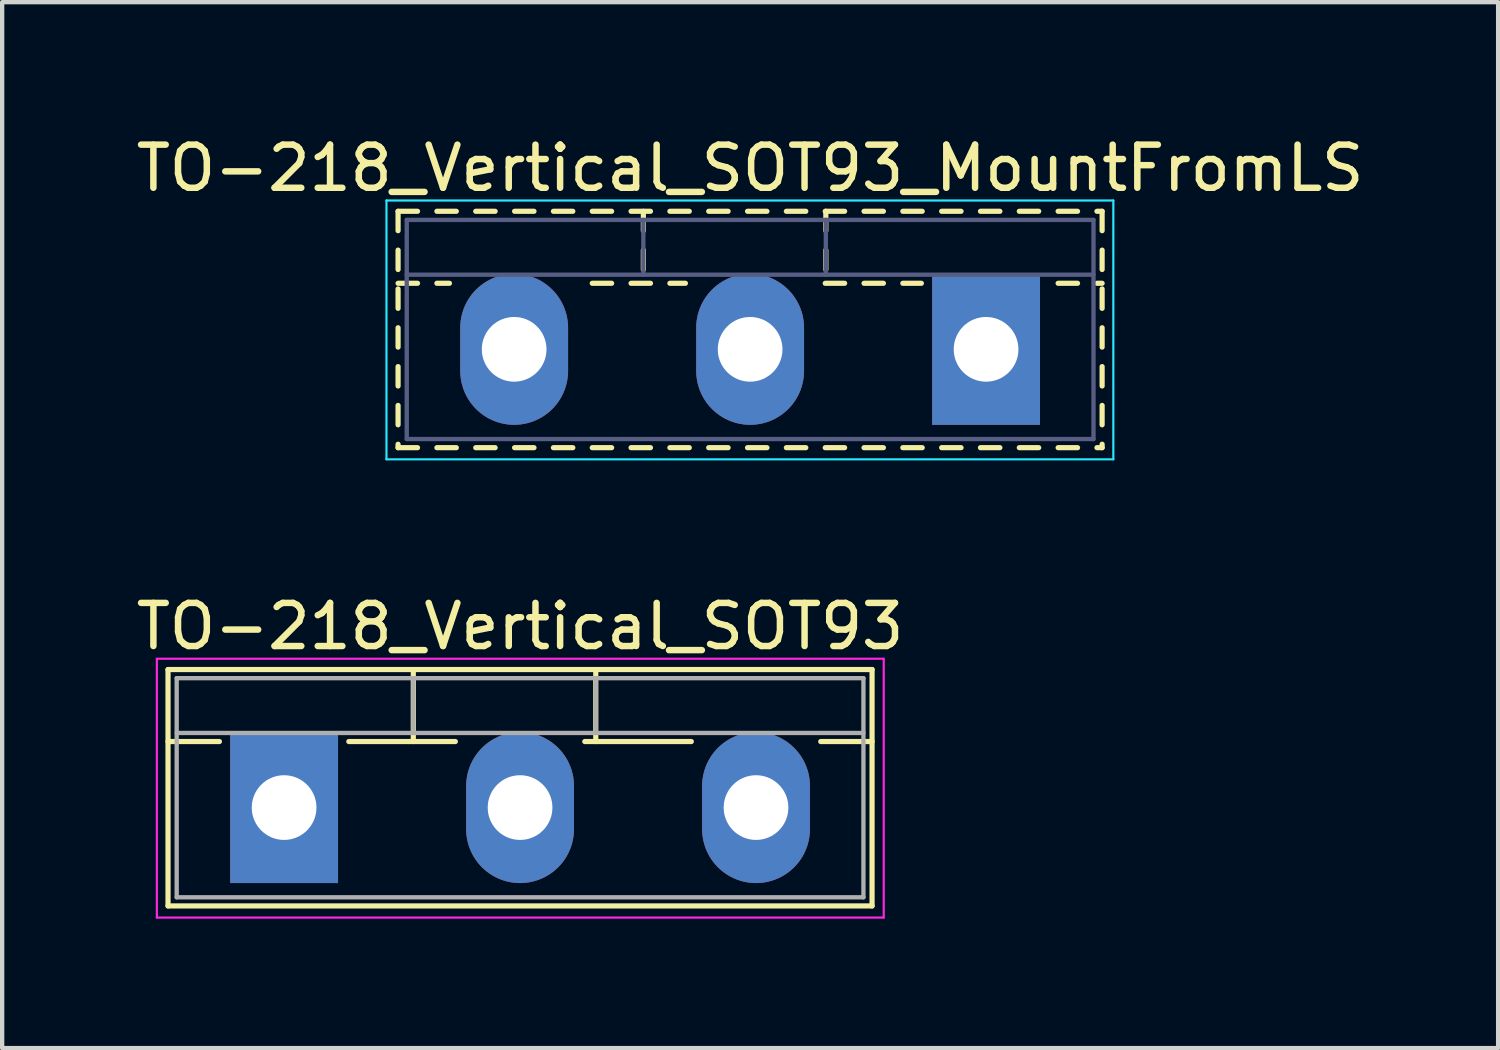
<source format=kicad_pcb>
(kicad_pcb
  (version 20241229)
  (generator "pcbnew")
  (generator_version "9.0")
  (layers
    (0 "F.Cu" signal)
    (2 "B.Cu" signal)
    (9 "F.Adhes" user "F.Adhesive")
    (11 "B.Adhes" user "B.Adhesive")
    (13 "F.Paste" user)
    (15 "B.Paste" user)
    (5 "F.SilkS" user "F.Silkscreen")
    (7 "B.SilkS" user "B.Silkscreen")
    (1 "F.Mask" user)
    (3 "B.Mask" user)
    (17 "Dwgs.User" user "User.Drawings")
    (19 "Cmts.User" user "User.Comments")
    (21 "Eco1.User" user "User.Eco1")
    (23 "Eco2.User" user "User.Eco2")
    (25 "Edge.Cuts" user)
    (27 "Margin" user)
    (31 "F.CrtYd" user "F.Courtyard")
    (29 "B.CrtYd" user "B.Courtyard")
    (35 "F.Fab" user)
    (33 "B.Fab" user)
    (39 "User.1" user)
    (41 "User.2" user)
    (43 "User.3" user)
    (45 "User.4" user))
  (footprint "TO-218_Vertical_SOT93_MountFromLS"
    (layer "F.Cu")
    (at 19.809 5.048)
    (property "Reference" "TO-218_Vertical_SOT93_MountFromLS" (at -5.47 -4.2 0) (layer "F.SilkS") (effects (font (size 1 1) (thickness 0.15))))
    (attr through_hole)
    (fp_line (start -13.631 -3.2) (end -13.631 -2.75) (stroke (width 0.12) (type solid)) (layer "F.SilkS"))
    (fp_line (start -13.631 -3.2) (end -13.18 -3.2) (stroke (width 0.12) (type solid)) (layer "F.SilkS"))
    (fp_line (start -13.631 -2.3) (end -13.631 -1.85) (stroke (width 0.12) (type solid)) (layer "F.SilkS"))
    (fp_line (start -13.631 -1.531) (end -13.18 -1.531) (stroke (width 0.12) (type solid)) (layer "F.SilkS"))
    (fp_line (start -13.631 -1.4) (end -13.631 -0.95) (stroke (width 0.12) (type solid)) (layer "F.SilkS"))
    (fp_line (start -13.631 -0.5) (end -13.631 -0.051) (stroke (width 0.12) (type solid)) (layer "F.SilkS"))
    (fp_line (start -13.631 0.4) (end -13.631 0.85) (stroke (width 0.12) (type solid)) (layer "F.SilkS"))
    (fp_line (start -13.631 1.3) (end -13.631 1.75) (stroke (width 0.12) (type solid)) (layer "F.SilkS"))
    (fp_line (start -13.631 2.2) (end -13.631 2.28) (stroke (width 0.12) (type solid)) (layer "F.SilkS"))
    (fp_line (start -13.631 2.28) (end -13.18 2.28) (stroke (width 0.12) (type solid)) (layer "F.SilkS"))
    (fp_line (start -12.731 -3.2) (end -12.281 -3.2) (stroke (width 0.12) (type solid)) (layer "F.SilkS"))
    (fp_line (start -12.731 -1.531) (end -12.44 -1.531) (stroke (width 0.12) (type solid)) (layer "F.SilkS"))
    (fp_line (start -12.731 2.28) (end -12.281 2.28) (stroke (width 0.12) (type solid)) (layer "F.SilkS"))
    (fp_line (start -11.831 -3.2) (end -11.381 -3.2) (stroke (width 0.12) (type solid)) (layer "F.SilkS"))
    (fp_line (start -11.831 2.28) (end -11.381 2.28) (stroke (width 0.12) (type solid)) (layer "F.SilkS"))
    (fp_line (start -10.93 -3.2) (end -10.48 -3.2) (stroke (width 0.12) (type solid)) (layer "F.SilkS"))
    (fp_line (start -10.93 2.28) (end -10.48 2.28) (stroke (width 0.12) (type solid)) (layer "F.SilkS"))
    (fp_line (start -10.03 -3.2) (end -9.58 -3.2) (stroke (width 0.12) (type solid)) (layer "F.SilkS"))
    (fp_line (start -10.03 2.28) (end -9.58 2.28) (stroke (width 0.12) (type solid)) (layer "F.SilkS"))
    (fp_line (start -9.13 -3.2) (end -8.68 -3.2) (stroke (width 0.12) (type solid)) (layer "F.SilkS"))
    (fp_line (start -9.13 -1.531) (end -8.68 -1.531) (stroke (width 0.12) (type solid)) (layer "F.SilkS"))
    (fp_line (start -9.13 2.28) (end -8.68 2.28) (stroke (width 0.12) (type solid)) (layer "F.SilkS"))
    (fp_line (start -8.23 -3.2) (end -7.78 -3.2) (stroke (width 0.12) (type solid)) (layer "F.SilkS"))
    (fp_line (start -8.23 -1.531) (end -7.78 -1.531) (stroke (width 0.12) (type solid)) (layer "F.SilkS"))
    (fp_line (start -8.23 2.28) (end -7.78 2.28) (stroke (width 0.12) (type solid)) (layer "F.SilkS"))
    (fp_line (start -7.945 -3.2) (end -7.945 -2.75) (stroke (width 0.12) (type solid)) (layer "F.SilkS"))
    (fp_line (start -7.945 -2.3) (end -7.945 -1.85) (stroke (width 0.12) (type solid)) (layer "F.SilkS"))
    (fp_line (start -7.33 -3.2) (end -6.88 -3.2) (stroke (width 0.12) (type solid)) (layer "F.SilkS"))
    (fp_line (start -7.33 -1.531) (end -6.97 -1.531) (stroke (width 0.12) (type solid)) (layer "F.SilkS"))
    (fp_line (start -7.33 2.28) (end -6.88 2.28) (stroke (width 0.12) (type solid)) (layer "F.SilkS"))
    (fp_line (start -6.43 -3.2) (end -5.98 -3.2) (stroke (width 0.12) (type solid)) (layer "F.SilkS"))
    (fp_line (start -6.43 2.28) (end -5.98 2.28) (stroke (width 0.12) (type solid)) (layer "F.SilkS"))
    (fp_line (start -5.53 -3.2) (end -5.08 -3.2) (stroke (width 0.12) (type solid)) (layer "F.SilkS"))
    (fp_line (start -5.53 2.28) (end -5.08 2.28) (stroke (width 0.12) (type solid)) (layer "F.SilkS"))
    (fp_line (start -4.63 -3.2) (end -4.179 -3.2) (stroke (width 0.12) (type solid)) (layer "F.SilkS"))
    (fp_line (start -4.63 2.28) (end -4.179 2.28) (stroke (width 0.12) (type solid)) (layer "F.SilkS"))
    (fp_line (start -3.729 -3.2) (end -3.279 -3.2) (stroke (width 0.12) (type solid)) (layer "F.SilkS"))
    (fp_line (start -3.729 -1.531) (end -3.279 -1.531) (stroke (width 0.12) (type solid)) (layer "F.SilkS"))
    (fp_line (start -3.729 2.28) (end -3.279 2.28) (stroke (width 0.12) (type solid)) (layer "F.SilkS"))
    (fp_line (start -3.715 -3.2) (end -3.715 -2.75) (stroke (width 0.12) (type solid)) (layer "F.SilkS"))
    (fp_line (start -3.715 -2.3) (end -3.715 -1.85) (stroke (width 0.12) (type solid)) (layer "F.SilkS"))
    (fp_line (start -2.829 -3.2) (end -2.38 -3.2) (stroke (width 0.12) (type solid)) (layer "F.SilkS"))
    (fp_line (start -2.829 -1.531) (end -2.38 -1.531) (stroke (width 0.12) (type solid)) (layer "F.SilkS"))
    (fp_line (start -2.829 2.28) (end -2.38 2.28) (stroke (width 0.12) (type solid)) (layer "F.SilkS"))
    (fp_line (start -1.93 -3.2) (end -1.48 -3.2) (stroke (width 0.12) (type solid)) (layer "F.SilkS"))
    (fp_line (start -1.93 -1.531) (end -1.5 -1.531) (stroke (width 0.12) (type solid)) (layer "F.SilkS"))
    (fp_line (start -1.93 2.28) (end -1.48 2.28) (stroke (width 0.12) (type solid)) (layer "F.SilkS"))
    (fp_line (start -1.03 -3.2) (end -0.58 -3.2) (stroke (width 0.12) (type solid)) (layer "F.SilkS"))
    (fp_line (start -1.03 2.28) (end -0.58 2.28) (stroke (width 0.12) (type solid)) (layer "F.SilkS"))
    (fp_line (start -0.13 -3.2) (end 0.32 -3.2) (stroke (width 0.12) (type solid)) (layer "F.SilkS"))
    (fp_line (start -0.13 2.28) (end 0.32 2.28) (stroke (width 0.12) (type solid)) (layer "F.SilkS"))
    (fp_line (start 0.77 -3.2) (end 1.22 -3.2) (stroke (width 0.12) (type solid)) (layer "F.SilkS"))
    (fp_line (start 0.77 2.28) (end 1.22 2.28) (stroke (width 0.12) (type solid)) (layer "F.SilkS"))
    (fp_line (start 1.67 -3.2) (end 2.12 -3.2) (stroke (width 0.12) (type solid)) (layer "F.SilkS"))
    (fp_line (start 1.67 -1.531) (end 2.12 -1.531) (stroke (width 0.12) (type solid)) (layer "F.SilkS"))
    (fp_line (start 1.67 2.28) (end 2.12 2.28) (stroke (width 0.12) (type solid)) (layer "F.SilkS"))
    (fp_line (start 2.57 -3.2) (end 2.69 -3.2) (stroke (width 0.12) (type solid)) (layer "F.SilkS"))
    (fp_line (start 2.57 -1.531) (end 2.69 -1.531) (stroke (width 0.12) (type solid)) (layer "F.SilkS"))
    (fp_line (start 2.57 2.28) (end 2.69 2.28) (stroke (width 0.12) (type solid)) (layer "F.SilkS"))
    (fp_line (start 2.69 -3.2) (end 2.69 -2.75) (stroke (width 0.12) (type solid)) (layer "F.SilkS"))
    (fp_line (start 2.69 -2.3) (end 2.69 -1.85) (stroke (width 0.12) (type solid)) (layer "F.SilkS"))
    (fp_line (start 2.69 -1.4) (end 2.69 -0.95) (stroke (width 0.12) (type solid)) (layer "F.SilkS"))
    (fp_line (start 2.69 -0.5) (end 2.69 -0.051) (stroke (width 0.12) (type solid)) (layer "F.SilkS"))
    (fp_line (start 2.69 0.4) (end 2.69 0.85) (stroke (width 0.12) (type solid)) (layer "F.SilkS"))
    (fp_line (start 2.69 1.3) (end 2.69 1.75) (stroke (width 0.12) (type solid)) (layer "F.SilkS"))
    (fp_line (start 2.69 2.2) (end 2.69 2.28) (stroke (width 0.12) (type solid)) (layer "F.SilkS"))
    (fp_line (start -13.9 -3.45) (end -13.9 2.55) (stroke (width 0.05) (type solid)) (layer "B.CrtYd"))
    (fp_line (start -13.9 2.55) (end 2.95 2.55) (stroke (width 0.05) (type solid)) (layer "B.CrtYd"))
    (fp_line (start 2.95 -3.45) (end -13.9 -3.45) (stroke (width 0.05) (type solid)) (layer "B.CrtYd"))
    (fp_line (start 2.95 2.55) (end 2.95 -3.45) (stroke (width 0.05) (type solid)) (layer "B.CrtYd"))
    (fp_line (start -13.43 -3) (end -13.43 2.08) (stroke (width 0.1) (type solid)) (layer "B.Fab"))
    (fp_line (start -13.43 -1.73) (end 2.49 -1.73) (stroke (width 0.1) (type solid)) (layer "B.Fab"))
    (fp_line (start -13.43 2.08) (end 2.49 2.08) (stroke (width 0.1) (type solid)) (layer "B.Fab"))
    (fp_line (start -7.945 -3) (end -7.945 -1.73) (stroke (width 0.1) (type solid)) (layer "B.Fab"))
    (fp_line (start -3.715 -3) (end -3.715 -1.73) (stroke (width 0.1) (type solid)) (layer "B.Fab"))
    (fp_line (start 2.49 -3) (end -13.43 -3) (stroke (width 0.1) (type solid)) (layer "B.Fab"))
    (fp_line (start 2.49 2.08) (end 2.49 -3) (stroke (width 0.1) (type solid)) (layer "B.Fab"))
    (pad "1" thru_hole rect (at 0 0) (size 2.5 3.5) (drill 1.5) (layers "*.Cu" "*.Mask"))
    (pad "2" thru_hole oval (at -5.47 0) (size 2.5 3.5) (drill 1.5) (layers "*.Cu" "*.Mask"))
    (pad "3" thru_hole oval (at -10.94 0) (size 2.5 3.5) (drill 1.5) (layers "*.Cu" "*.Mask")))
  (footprint "TO-218_Vertical_SOT93"
    (layer "F.Cu")
    (at 3.536 15.671)
    (property "Reference" "TO-218_Vertical_SOT93" (at 5.47 -4.2 0) (layer "F.SilkS") (effects (font (size 1 1) (thickness 0.15))))
    (attr through_hole)
    (fp_line (start -2.691 -3.2) (end -2.691 2.28) (stroke (width 0.12) (type solid)) (layer "F.SilkS"))
    (fp_line (start -2.691 -3.2) (end 13.63 -3.2) (stroke (width 0.12) (type solid)) (layer "F.SilkS"))
    (fp_line (start -2.691 -1.531) (end -1.5 -1.531) (stroke (width 0.12) (type solid)) (layer "F.SilkS"))
    (fp_line (start -2.691 2.28) (end 13.63 2.28) (stroke (width 0.12) (type solid)) (layer "F.SilkS"))
    (fp_line (start 1.5 -1.531) (end 3.97 -1.531) (stroke (width 0.12) (type solid)) (layer "F.SilkS"))
    (fp_line (start 2.995 -3.2) (end 2.995 -1.531) (stroke (width 0.12) (type solid)) (layer "F.SilkS"))
    (fp_line (start 6.97 -1.531) (end 9.44 -1.531) (stroke (width 0.12) (type solid)) (layer "F.SilkS"))
    (fp_line (start 7.225 -3.2) (end 7.225 -1.531) (stroke (width 0.12) (type solid)) (layer "F.SilkS"))
    (fp_line (start 12.44 -1.531) (end 13.63 -1.531) (stroke (width 0.12) (type solid)) (layer "F.SilkS"))
    (fp_line (start 13.63 -3.2) (end 13.63 2.28) (stroke (width 0.12) (type solid)) (layer "F.SilkS"))
    (fp_line (start -2.95 -3.45) (end -2.95 2.55) (stroke (width 0.05) (type solid)) (layer "F.CrtYd"))
    (fp_line (start -2.95 2.55) (end 13.9 2.55) (stroke (width 0.05) (type solid)) (layer "F.CrtYd"))
    (fp_line (start 13.9 -3.45) (end -2.95 -3.45) (stroke (width 0.05) (type solid)) (layer "F.CrtYd"))
    (fp_line (start 13.9 2.55) (end 13.9 -3.45) (stroke (width 0.05) (type solid)) (layer "F.CrtYd"))
    (fp_line (start -2.49 -3) (end -2.49 2.08) (stroke (width 0.1) (type solid)) (layer "F.Fab"))
    (fp_line (start -2.49 -1.73) (end 13.43 -1.73) (stroke (width 0.1) (type solid)) (layer "F.Fab"))
    (fp_line (start -2.49 2.08) (end 13.43 2.08) (stroke (width 0.1) (type solid)) (layer "F.Fab"))
    (fp_line (start 2.995 -3) (end 2.995 -1.73) (stroke (width 0.1) (type solid)) (layer "F.Fab"))
    (fp_line (start 7.225 -3) (end 7.225 -1.73) (stroke (width 0.1) (type solid)) (layer "F.Fab"))
    (fp_line (start 13.43 -3) (end -2.49 -3) (stroke (width 0.1) (type solid)) (layer "F.Fab"))
    (fp_line (start 13.43 2.08) (end 13.43 -3) (stroke (width 0.1) (type solid)) (layer "F.Fab"))
    (pad "1" thru_hole rect (at 0 0) (size 2.5 3.5) (drill 1.5) (layers "*.Cu" "*.Mask"))
    (pad "2" thru_hole oval (at 5.47 0) (size 2.5 3.5) (drill 1.5) (layers "*.Cu" "*.Mask"))
    (pad "3" thru_hole oval (at 10.94 0) (size 2.5 3.5) (drill 1.5) (layers "*.Cu" "*.Mask")))
  (gr_rect
    (start -3 -3)
    (end 31.679 21.247)
    (stroke (width 0.1) (type default))
    (fill no)
    (layer "Edge.Cuts")))
</source>
